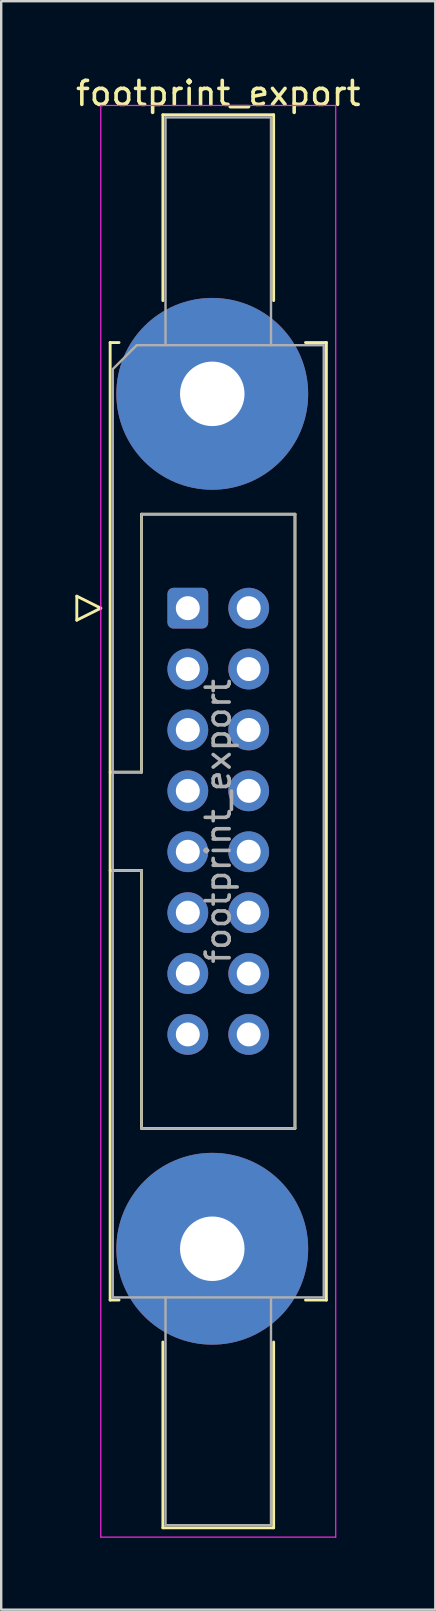
<source format=kicad_pcb>
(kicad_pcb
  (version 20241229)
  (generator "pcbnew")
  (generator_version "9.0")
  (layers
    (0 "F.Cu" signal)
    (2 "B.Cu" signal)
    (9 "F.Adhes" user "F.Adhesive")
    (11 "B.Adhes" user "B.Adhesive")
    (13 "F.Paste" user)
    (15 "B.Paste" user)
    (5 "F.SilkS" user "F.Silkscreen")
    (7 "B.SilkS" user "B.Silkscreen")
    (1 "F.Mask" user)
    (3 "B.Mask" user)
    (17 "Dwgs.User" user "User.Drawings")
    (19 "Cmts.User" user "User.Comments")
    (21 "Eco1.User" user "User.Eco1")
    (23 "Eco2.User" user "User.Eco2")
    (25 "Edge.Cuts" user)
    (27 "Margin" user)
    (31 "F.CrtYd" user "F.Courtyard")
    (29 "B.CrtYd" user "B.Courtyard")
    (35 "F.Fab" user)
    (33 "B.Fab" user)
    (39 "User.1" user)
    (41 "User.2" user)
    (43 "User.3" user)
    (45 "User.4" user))
  (footprint "footprint_export"
    (layer "F.Cu")
    (at 4.784 22.318)
    (property "Reference" "footprint_export" (at 1.27 -21.47 0) (layer "F.SilkS") (effects (font (size 1 1) (thickness 0.15))))
    (attr through_hole)
    (fp_line (start -4.63 -0.5) (end -4.63 0.5) (stroke (width 0.12) (type solid)) (layer "F.SilkS"))
    (fp_line (start -4.63 0.5) (end -3.63 0) (stroke (width 0.12) (type solid)) (layer "F.SilkS"))
    (fp_line (start -3.63 0) (end -4.63 -0.5) (stroke (width 0.12) (type solid)) (layer "F.SilkS"))
    (fp_line (start -3.24 -11.08) (end -3.24 28.86) (stroke (width 0.12) (type solid)) (layer "F.SilkS"))
    (fp_line (start -3.24 6.84) (end -1.93 6.84) (stroke (width 0.12) (type solid)) (layer "F.SilkS"))
    (fp_line (start -3.24 28.86) (end -2.87 28.86) (stroke (width 0.12) (type solid)) (layer "F.SilkS"))
    (fp_line (start -2.87 -11.08) (end -3.24 -11.08) (stroke (width 0.12) (type solid)) (layer "F.SilkS"))
    (fp_line (start -1.93 -3.92) (end 4.47 -3.92) (stroke (width 0.12) (type solid)) (layer "F.SilkS"))
    (fp_line (start -1.93 6.84) (end -1.93 -3.92) (stroke (width 0.12) (type solid)) (layer "F.SilkS"))
    (fp_line (start -1.93 10.94) (end -3.24 10.94) (stroke (width 0.12) (type solid)) (layer "F.SilkS"))
    (fp_line (start -1.93 10.94) (end -1.93 10.94) (stroke (width 0.12) (type solid)) (layer "F.SilkS"))
    (fp_line (start -1.93 21.7) (end -1.93 10.94) (stroke (width 0.12) (type solid)) (layer "F.SilkS"))
    (fp_line (start -1.04 -20.58) (end 3.58 -20.58) (stroke (width 0.12) (type solid)) (layer "F.SilkS"))
    (fp_line (start -1.04 -12.83) (end -1.04 -20.58) (stroke (width 0.12) (type solid)) (layer "F.SilkS"))
    (fp_line (start -1.04 30.61) (end -1.04 38.36) (stroke (width 0.12) (type solid)) (layer "F.SilkS"))
    (fp_line (start -1.04 38.36) (end 3.58 38.36) (stroke (width 0.12) (type solid)) (layer "F.SilkS"))
    (fp_line (start 3.58 -20.58) (end 3.58 -12.83) (stroke (width 0.12) (type solid)) (layer "F.SilkS"))
    (fp_line (start 3.58 38.36) (end 3.58 30.61) (stroke (width 0.12) (type solid)) (layer "F.SilkS"))
    (fp_line (start 4.47 -3.92) (end 4.47 21.7) (stroke (width 0.12) (type solid)) (layer "F.SilkS"))
    (fp_line (start 4.47 21.7) (end -1.93 21.7) (stroke (width 0.12) (type solid)) (layer "F.SilkS"))
    (fp_line (start 4.91 -11.08) (end 5.78 -11.08) (stroke (width 0.12) (type solid)) (layer "F.SilkS"))
    (fp_line (start 5.78 -11.08) (end 5.78 28.86) (stroke (width 0.12) (type solid)) (layer "F.SilkS"))
    (fp_line (start 5.78 28.86) (end 4.91 28.86) (stroke (width 0.12) (type solid)) (layer "F.SilkS"))
    (fp_line (start -3.63 -20.97) (end -3.63 38.75) (stroke (width 0.05) (type solid)) (layer "F.CrtYd"))
    (fp_line (start -3.63 38.75) (end 6.17 38.75) (stroke (width 0.05) (type solid)) (layer "F.CrtYd"))
    (fp_line (start 6.17 -20.97) (end -3.63 -20.97) (stroke (width 0.05) (type solid)) (layer "F.CrtYd"))
    (fp_line (start 6.17 38.75) (end 6.17 -20.97) (stroke (width 0.05) (type solid)) (layer "F.CrtYd"))
    (fp_line (start -3.13 -9.97) (end -2.13 -10.97) (stroke (width 0.1) (type solid)) (layer "F.Fab"))
    (fp_line (start -3.13 6.84) (end -1.93 6.84) (stroke (width 0.1) (type solid)) (layer "F.Fab"))
    (fp_line (start -3.13 28.75) (end -3.13 -9.97) (stroke (width 0.1) (type solid)) (layer "F.Fab"))
    (fp_line (start -2.13 -10.97) (end 5.67 -10.97) (stroke (width 0.1) (type solid)) (layer "F.Fab"))
    (fp_line (start -1.93 -3.92) (end 4.47 -3.92) (stroke (width 0.1) (type solid)) (layer "F.Fab"))
    (fp_line (start -1.93 6.84) (end -1.93 -3.92) (stroke (width 0.1) (type solid)) (layer "F.Fab"))
    (fp_line (start -1.93 10.94) (end -3.13 10.94) (stroke (width 0.1) (type solid)) (layer "F.Fab"))
    (fp_line (start -1.93 10.94) (end -1.93 10.94) (stroke (width 0.1) (type solid)) (layer "F.Fab"))
    (fp_line (start -1.93 21.7) (end -1.93 10.94) (stroke (width 0.1) (type solid)) (layer "F.Fab"))
    (fp_line (start -0.93 -20.47) (end 3.47 -20.47) (stroke (width 0.1) (type solid)) (layer "F.Fab"))
    (fp_line (start -0.93 -10.97) (end -0.93 -20.47) (stroke (width 0.1) (type solid)) (layer "F.Fab"))
    (fp_line (start -0.93 28.75) (end -0.93 38.25) (stroke (width 0.1) (type solid)) (layer "F.Fab"))
    (fp_line (start -0.93 38.25) (end 3.47 38.25) (stroke (width 0.1) (type solid)) (layer "F.Fab"))
    (fp_line (start 3.47 -20.47) (end 3.47 -10.97) (stroke (width 0.1) (type solid)) (layer "F.Fab"))
    (fp_line (start 3.47 38.25) (end 3.47 28.75) (stroke (width 0.1) (type solid)) (layer "F.Fab"))
    (fp_line (start 4.47 -3.92) (end 4.47 21.7) (stroke (width 0.1) (type solid)) (layer "F.Fab"))
    (fp_line (start 4.47 21.7) (end -1.93 21.7) (stroke (width 0.1) (type solid)) (layer "F.Fab"))
    (fp_line (start 5.67 -10.97) (end 5.67 28.75) (stroke (width 0.1) (type solid)) (layer "F.Fab"))
    (fp_line (start 5.67 28.75) (end -3.13 28.75) (stroke (width 0.1) (type solid)) (layer "F.Fab"))
    (fp_text user "${REFERENCE}" (at 1.27 8.89 90) (layer "F.Fab") (effects (font (size 1 1) (thickness 0.15))))
    (pad "1" thru_hole roundrect (at 0 0) (size 1.7 1.7) (drill 1) (layers "*.Cu" "*.Mask") (roundrect_rratio 0.147))
    (pad "2" thru_hole circle (at 2.54 0) (size 1.7 1.7) (drill 1) (layers "*.Cu" "*.Mask"))
    (pad "3" thru_hole circle (at 0 2.54) (size 1.7 1.7) (drill 1) (layers "*.Cu" "*.Mask"))
    (pad "4" thru_hole circle (at 2.54 2.54) (size 1.7 1.7) (drill 1) (layers "*.Cu" "*.Mask"))
    (pad "5" thru_hole circle (at 0 5.08) (size 1.7 1.7) (drill 1) (layers "*.Cu" "*.Mask"))
    (pad "6" thru_hole circle (at 2.54 5.08) (size 1.7 1.7) (drill 1) (layers "*.Cu" "*.Mask"))
    (pad "7" thru_hole circle (at 0 7.62) (size 1.7 1.7) (drill 1) (layers "*.Cu" "*.Mask"))
    (pad "8" thru_hole circle (at 2.54 7.62) (size 1.7 1.7) (drill 1) (layers "*.Cu" "*.Mask"))
    (pad "9" thru_hole circle (at 0 10.16) (size 1.7 1.7) (drill 1) (layers "*.Cu" "*.Mask"))
    (pad "10" thru_hole circle (at 2.54 10.16) (size 1.7 1.7) (drill 1) (layers "*.Cu" "*.Mask"))
    (pad "11" thru_hole circle (at 0 12.7) (size 1.7 1.7) (drill 1) (layers "*.Cu" "*.Mask"))
    (pad "12" thru_hole circle (at 2.54 12.7) (size 1.7 1.7) (drill 1) (layers "*.Cu" "*.Mask"))
    (pad "13" thru_hole circle (at 0 15.24) (size 1.7 1.7) (drill 1) (layers "*.Cu" "*.Mask"))
    (pad "14" thru_hole circle (at 2.54 15.24) (size 1.7 1.7) (drill 1) (layers "*.Cu" "*.Mask"))
    (pad "15" thru_hole circle (at 0 17.78) (size 1.7 1.7) (drill 1) (layers "*.Cu" "*.Mask"))
    (pad "16" thru_hole circle (at 2.54 17.78) (size 1.7 1.7) (drill 1) (layers "*.Cu" "*.Mask"))
    (pad "MP" thru_hole circle (at 1.02 -8.94) (size 8 8) (drill 2.69) (layers "*.Cu" "*.Mask"))
    (pad "MP" thru_hole circle (at 1.02 26.72) (size 8 8) (drill 2.69) (layers "*.Cu" "*.Mask")))
  (gr_rect
    (start -3 -3)
    (end 15.107 64.093)
    (stroke (width 0.1) (type default))
    (fill no)
    (layer "Edge.Cuts")))
</source>
